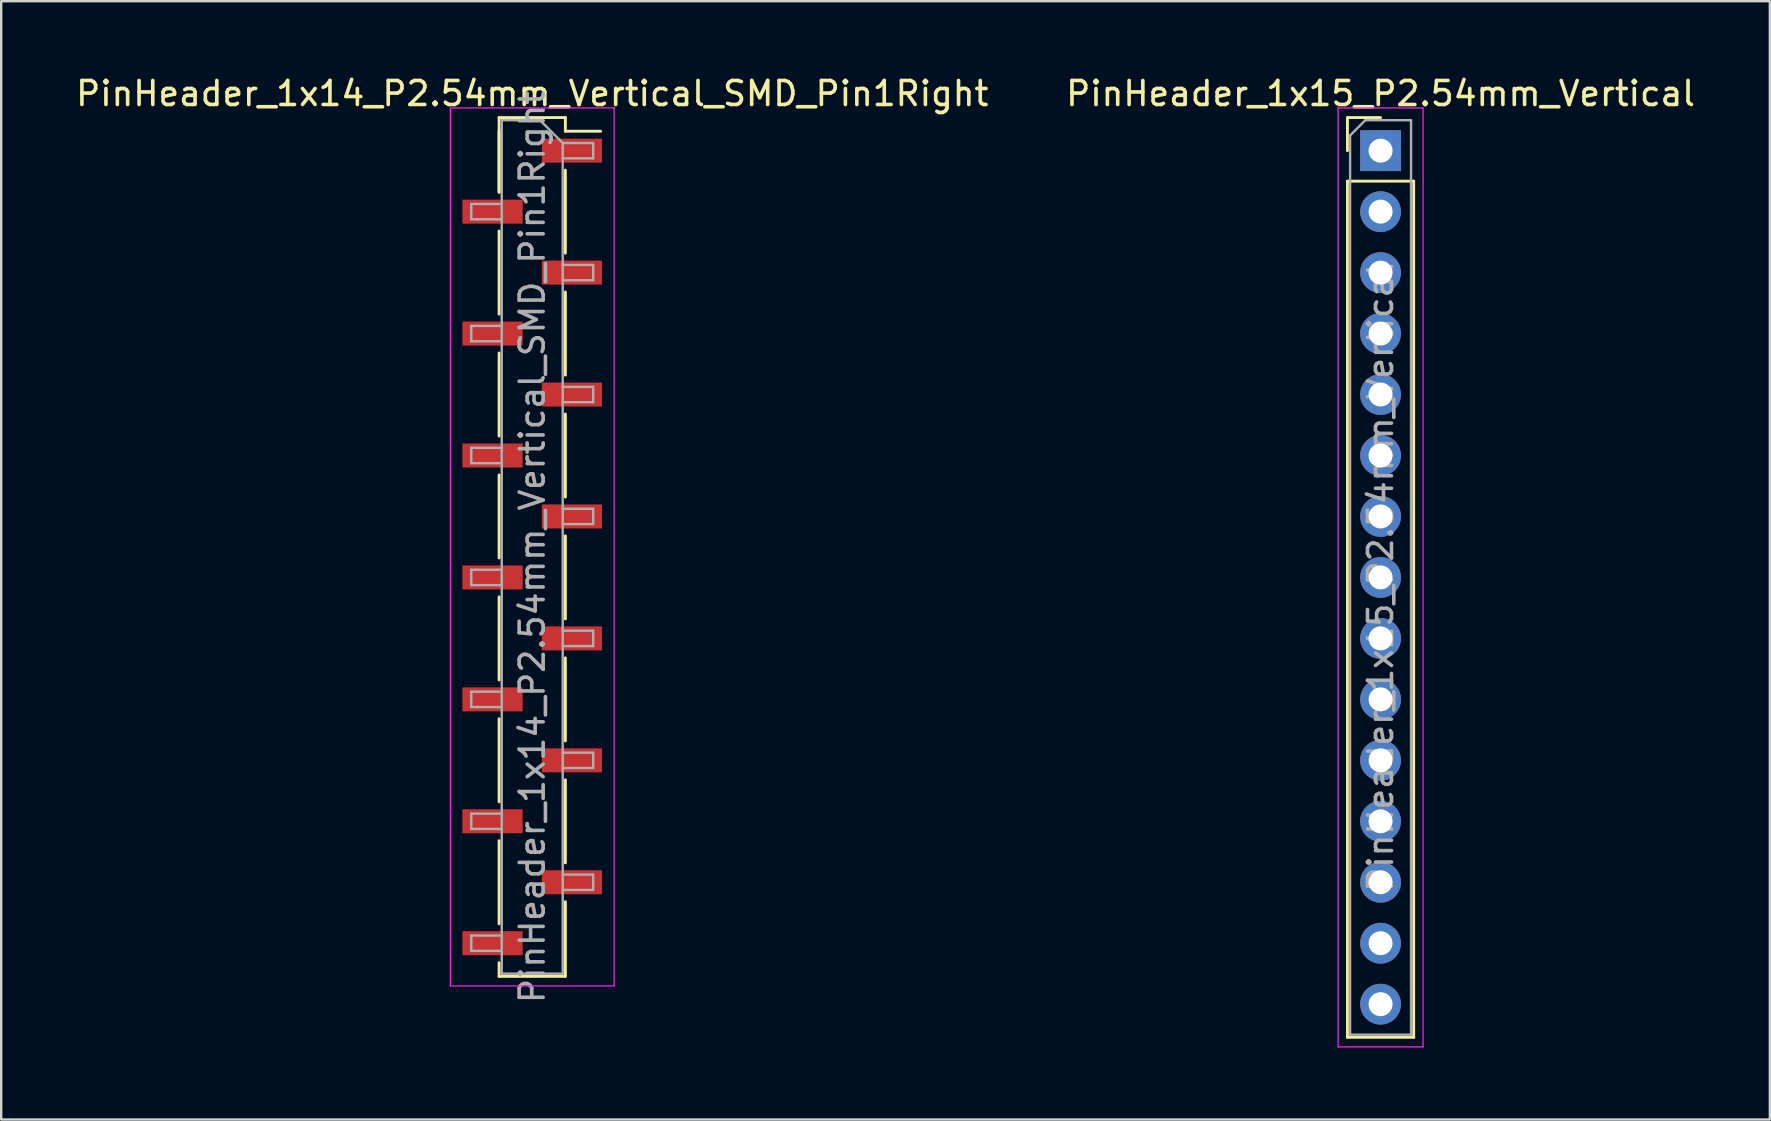
<source format=kicad_pcb>
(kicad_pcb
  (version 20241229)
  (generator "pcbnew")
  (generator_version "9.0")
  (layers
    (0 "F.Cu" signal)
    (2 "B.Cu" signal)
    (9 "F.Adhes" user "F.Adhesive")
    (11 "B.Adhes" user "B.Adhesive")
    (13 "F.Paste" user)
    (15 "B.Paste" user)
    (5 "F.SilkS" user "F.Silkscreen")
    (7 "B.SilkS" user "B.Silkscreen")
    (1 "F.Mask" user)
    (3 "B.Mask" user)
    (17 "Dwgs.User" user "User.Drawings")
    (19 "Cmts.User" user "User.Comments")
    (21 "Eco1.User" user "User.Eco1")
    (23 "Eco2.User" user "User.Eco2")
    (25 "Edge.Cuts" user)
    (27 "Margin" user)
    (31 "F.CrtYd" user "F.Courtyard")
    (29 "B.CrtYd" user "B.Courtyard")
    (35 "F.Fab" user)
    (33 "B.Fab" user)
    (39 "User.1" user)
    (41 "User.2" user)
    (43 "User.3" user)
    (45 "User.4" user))
  (footprint "PinHeader_1x14_P2.54mm_Vertical_SMD_Pin1Right"
    (layer "F.Cu")
    (at 19.125 19.738)
    (property "Reference" "PinHeader_1x14_P2.54mm_Vertical_SMD_Pin1Right" (at 0 -18.89 0) (layer "F.SilkS") (effects (font (size 1 1) (thickness 0.15))))
    (attr smd)
    (fp_line (start -1.38 -17.89) (end -1.38 -14.78) (stroke (width 0.12) (type solid)) (layer "F.SilkS"))
    (fp_line (start -1.38 -17.89) (end 1.38 -17.89) (stroke (width 0.12) (type solid)) (layer "F.SilkS"))
    (fp_line (start -1.38 -17.32) (end -1.38 -14.78) (stroke (width 0.12) (type solid)) (layer "F.SilkS"))
    (fp_line (start -1.38 -13.16) (end -1.38 -9.7) (stroke (width 0.12) (type solid)) (layer "F.SilkS"))
    (fp_line (start -1.38 -8.08) (end -1.38 -4.62) (stroke (width 0.12) (type solid)) (layer "F.SilkS"))
    (fp_line (start -1.38 -3) (end -1.38 0.46) (stroke (width 0.12) (type solid)) (layer "F.SilkS"))
    (fp_line (start -1.38 2.08) (end -1.38 5.54) (stroke (width 0.12) (type solid)) (layer "F.SilkS"))
    (fp_line (start -1.38 7.16) (end -1.38 10.62) (stroke (width 0.12) (type solid)) (layer "F.SilkS"))
    (fp_line (start -1.38 12.24) (end -1.38 15.7) (stroke (width 0.12) (type solid)) (layer "F.SilkS"))
    (fp_line (start -1.38 17.32) (end -1.38 17.89) (stroke (width 0.12) (type solid)) (layer "F.SilkS"))
    (fp_line (start -1.38 17.89) (end 1.38 17.89) (stroke (width 0.12) (type solid)) (layer "F.SilkS"))
    (fp_line (start 1.38 -17.89) (end 1.38 -17.32) (stroke (width 0.12) (type solid)) (layer "F.SilkS"))
    (fp_line (start 1.38 -17.32) (end 2.85 -17.32) (stroke (width 0.12) (type solid)) (layer "F.SilkS"))
    (fp_line (start 1.38 -15.7) (end 1.38 -12.24) (stroke (width 0.12) (type solid)) (layer "F.SilkS"))
    (fp_line (start 1.38 -10.62) (end 1.38 -7.16) (stroke (width 0.12) (type solid)) (layer "F.SilkS"))
    (fp_line (start 1.38 -5.54) (end 1.38 -2.08) (stroke (width 0.12) (type solid)) (layer "F.SilkS"))
    (fp_line (start 1.38 -0.46) (end 1.38 3) (stroke (width 0.12) (type solid)) (layer "F.SilkS"))
    (fp_line (start 1.38 4.62) (end 1.38 8.08) (stroke (width 0.12) (type solid)) (layer "F.SilkS"))
    (fp_line (start 1.38 9.7) (end 1.38 13.16) (stroke (width 0.12) (type solid)) (layer "F.SilkS"))
    (fp_line (start 1.38 14.78) (end 1.38 17.89) (stroke (width 0.12) (type solid)) (layer "F.SilkS"))
    (fp_line (start -3.41 -18.29) (end -3.41 18.29) (stroke (width 0.05) (type solid)) (layer "F.CrtYd"))
    (fp_line (start -3.41 18.29) (end 3.41 18.29) (stroke (width 0.05) (type solid)) (layer "F.CrtYd"))
    (fp_line (start 3.41 -18.29) (end -3.41 -18.29) (stroke (width 0.05) (type solid)) (layer "F.CrtYd"))
    (fp_line (start 3.41 18.29) (end 3.41 -18.29) (stroke (width 0.05) (type solid)) (layer "F.CrtYd"))
    (fp_line (start -2.54 -14.29) (end -2.54 -13.65) (stroke (width 0.1) (type solid)) (layer "F.Fab"))
    (fp_line (start -2.54 -13.65) (end -1.27 -13.65) (stroke (width 0.1) (type solid)) (layer "F.Fab"))
    (fp_line (start -2.54 -9.21) (end -2.54 -8.57) (stroke (width 0.1) (type solid)) (layer "F.Fab"))
    (fp_line (start -2.54 -8.57) (end -1.27 -8.57) (stroke (width 0.1) (type solid)) (layer "F.Fab"))
    (fp_line (start -2.54 -4.13) (end -2.54 -3.49) (stroke (width 0.1) (type solid)) (layer "F.Fab"))
    (fp_line (start -2.54 -3.49) (end -1.27 -3.49) (stroke (width 0.1) (type solid)) (layer "F.Fab"))
    (fp_line (start -2.54 0.95) (end -2.54 1.59) (stroke (width 0.1) (type solid)) (layer "F.Fab"))
    (fp_line (start -2.54 1.59) (end -1.27 1.59) (stroke (width 0.1) (type solid)) (layer "F.Fab"))
    (fp_line (start -2.54 6.03) (end -2.54 6.67) (stroke (width 0.1) (type solid)) (layer "F.Fab"))
    (fp_line (start -2.54 6.67) (end -1.27 6.67) (stroke (width 0.1) (type solid)) (layer "F.Fab"))
    (fp_line (start -2.54 11.11) (end -2.54 11.75) (stroke (width 0.1) (type solid)) (layer "F.Fab"))
    (fp_line (start -2.54 11.75) (end -1.27 11.75) (stroke (width 0.1) (type solid)) (layer "F.Fab"))
    (fp_line (start -2.54 16.19) (end -2.54 16.83) (stroke (width 0.1) (type solid)) (layer "F.Fab"))
    (fp_line (start -2.54 16.83) (end -1.27 16.83) (stroke (width 0.1) (type solid)) (layer "F.Fab"))
    (fp_line (start -1.27 -17.78) (end -1.27 17.78) (stroke (width 0.1) (type solid)) (layer "F.Fab"))
    (fp_line (start -1.27 -17.78) (end 0.32 -17.78) (stroke (width 0.1) (type solid)) (layer "F.Fab"))
    (fp_line (start -1.27 -14.29) (end -2.54 -14.29) (stroke (width 0.1) (type solid)) (layer "F.Fab"))
    (fp_line (start -1.27 -9.21) (end -2.54 -9.21) (stroke (width 0.1) (type solid)) (layer "F.Fab"))
    (fp_line (start -1.27 -4.13) (end -2.54 -4.13) (stroke (width 0.1) (type solid)) (layer "F.Fab"))
    (fp_line (start -1.27 0.95) (end -2.54 0.95) (stroke (width 0.1) (type solid)) (layer "F.Fab"))
    (fp_line (start -1.27 6.03) (end -2.54 6.03) (stroke (width 0.1) (type solid)) (layer "F.Fab"))
    (fp_line (start -1.27 11.11) (end -2.54 11.11) (stroke (width 0.1) (type solid)) (layer "F.Fab"))
    (fp_line (start -1.27 16.19) (end -2.54 16.19) (stroke (width 0.1) (type solid)) (layer "F.Fab"))
    (fp_line (start 1.27 -16.83) (end 0.32 -17.78) (stroke (width 0.1) (type solid)) (layer "F.Fab"))
    (fp_line (start 1.27 -16.83) (end 2.54 -16.83) (stroke (width 0.1) (type solid)) (layer "F.Fab"))
    (fp_line (start 1.27 -11.75) (end 2.54 -11.75) (stroke (width 0.1) (type solid)) (layer "F.Fab"))
    (fp_line (start 1.27 -6.67) (end 2.54 -6.67) (stroke (width 0.1) (type solid)) (layer "F.Fab"))
    (fp_line (start 1.27 -1.59) (end 2.54 -1.59) (stroke (width 0.1) (type solid)) (layer "F.Fab"))
    (fp_line (start 1.27 3.49) (end 2.54 3.49) (stroke (width 0.1) (type solid)) (layer "F.Fab"))
    (fp_line (start 1.27 8.57) (end 2.54 8.57) (stroke (width 0.1) (type solid)) (layer "F.Fab"))
    (fp_line (start 1.27 13.65) (end 2.54 13.65) (stroke (width 0.1) (type solid)) (layer "F.Fab"))
    (fp_line (start 1.27 17.78) (end -1.27 17.78) (stroke (width 0.1) (type solid)) (layer "F.Fab"))
    (fp_line (start 1.27 17.78) (end 1.27 -16.83) (stroke (width 0.1) (type solid)) (layer "F.Fab"))
    (fp_line (start 2.54 -16.83) (end 2.54 -16.19) (stroke (width 0.1) (type solid)) (layer "F.Fab"))
    (fp_line (start 2.54 -16.19) (end 1.27 -16.19) (stroke (width 0.1) (type solid)) (layer "F.Fab"))
    (fp_line (start 2.54 -11.75) (end 2.54 -11.11) (stroke (width 0.1) (type solid)) (layer "F.Fab"))
    (fp_line (start 2.54 -11.11) (end 1.27 -11.11) (stroke (width 0.1) (type solid)) (layer "F.Fab"))
    (fp_line (start 2.54 -6.67) (end 2.54 -6.03) (stroke (width 0.1) (type solid)) (layer "F.Fab"))
    (fp_line (start 2.54 -6.03) (end 1.27 -6.03) (stroke (width 0.1) (type solid)) (layer "F.Fab"))
    (fp_line (start 2.54 -1.59) (end 2.54 -0.95) (stroke (width 0.1) (type solid)) (layer "F.Fab"))
    (fp_line (start 2.54 -0.95) (end 1.27 -0.95) (stroke (width 0.1) (type solid)) (layer "F.Fab"))
    (fp_line (start 2.54 3.49) (end 2.54 4.13) (stroke (width 0.1) (type solid)) (layer "F.Fab"))
    (fp_line (start 2.54 4.13) (end 1.27 4.13) (stroke (width 0.1) (type solid)) (layer "F.Fab"))
    (fp_line (start 2.54 8.57) (end 2.54 9.21) (stroke (width 0.1) (type solid)) (layer "F.Fab"))
    (fp_line (start 2.54 9.21) (end 1.27 9.21) (stroke (width 0.1) (type solid)) (layer "F.Fab"))
    (fp_line (start 2.54 13.65) (end 2.54 14.29) (stroke (width 0.1) (type solid)) (layer "F.Fab"))
    (fp_line (start 2.54 14.29) (end 1.27 14.29) (stroke (width 0.1) (type solid)) (layer "F.Fab"))
    (fp_text user "${REFERENCE}" (at 0 0 90) (layer "F.Fab") (effects (font (size 1 1) (thickness 0.15))))
    (pad "1" smd rect (at 1.655 -16.51) (size 2.51 1) (layers "F.Cu" "F.Mask" "F.Paste"))
    (pad "2" smd rect (at -1.655 -13.97) (size 2.51 1) (layers "F.Cu" "F.Mask" "F.Paste"))
    (pad "3" smd rect (at 1.655 -11.43) (size 2.51 1) (layers "F.Cu" "F.Mask" "F.Paste"))
    (pad "4" smd rect (at -1.655 -8.89) (size 2.51 1) (layers "F.Cu" "F.Mask" "F.Paste"))
    (pad "5" smd rect (at 1.655 -6.35) (size 2.51 1) (layers "F.Cu" "F.Mask" "F.Paste"))
    (pad "6" smd rect (at -1.655 -3.81) (size 2.51 1) (layers "F.Cu" "F.Mask" "F.Paste"))
    (pad "7" smd rect (at 1.655 -1.27) (size 2.51 1) (layers "F.Cu" "F.Mask" "F.Paste"))
    (pad "8" smd rect (at -1.655 1.27) (size 2.51 1) (layers "F.Cu" "F.Mask" "F.Paste"))
    (pad "9" smd rect (at 1.655 3.81) (size 2.51 1) (layers "F.Cu" "F.Mask" "F.Paste"))
    (pad "10" smd rect (at -1.655 6.35) (size 2.51 1) (layers "F.Cu" "F.Mask" "F.Paste"))
    (pad "11" smd rect (at 1.655 8.89) (size 2.51 1) (layers "F.Cu" "F.Mask" "F.Paste"))
    (pad "12" smd rect (at -1.655 11.43) (size 2.51 1) (layers "F.Cu" "F.Mask" "F.Paste"))
    (pad "13" smd rect (at 1.655 13.97) (size 2.51 1) (layers "F.Cu" "F.Mask" "F.Paste"))
    (pad "14" smd rect (at -1.655 16.51) (size 2.51 1) (layers "F.Cu" "F.Mask" "F.Paste")))
  (footprint "PinHeader_1x15_P2.54mm_Vertical"
    (layer "F.Cu")
    (at 54.47 3.228)
    (property "Reference" "PinHeader_1x15_P2.54mm_Vertical" (at 0 -2.38 0) (layer "F.SilkS") (effects (font (size 1 1) (thickness 0.15))))
    (attr through_hole)
    (fp_line (start -1.38 -1.38) (end 0 -1.38) (stroke (width 0.12) (type solid)) (layer "F.SilkS"))
    (fp_line (start -1.38 0) (end -1.38 -1.38) (stroke (width 0.12) (type solid)) (layer "F.SilkS"))
    (fp_line (start -1.38 1.27) (end -1.38 36.94) (stroke (width 0.12) (type solid)) (layer "F.SilkS"))
    (fp_line (start -1.38 1.27) (end 1.38 1.27) (stroke (width 0.12) (type solid)) (layer "F.SilkS"))
    (fp_line (start -1.38 36.94) (end 1.38 36.94) (stroke (width 0.12) (type solid)) (layer "F.SilkS"))
    (fp_line (start 1.38 1.27) (end 1.38 36.94) (stroke (width 0.12) (type solid)) (layer "F.SilkS"))
    (fp_line (start -1.77 -1.78) (end -1.77 37.34) (stroke (width 0.05) (type solid)) (layer "F.CrtYd"))
    (fp_line (start -1.77 37.34) (end 1.77 37.34) (stroke (width 0.05) (type solid)) (layer "F.CrtYd"))
    (fp_line (start 1.77 -1.78) (end -1.77 -1.78) (stroke (width 0.05) (type solid)) (layer "F.CrtYd"))
    (fp_line (start 1.77 37.34) (end 1.77 -1.78) (stroke (width 0.05) (type solid)) (layer "F.CrtYd"))
    (fp_line (start -1.27 -0.635) (end -0.635 -1.27) (stroke (width 0.1) (type solid)) (layer "F.Fab"))
    (fp_line (start -1.27 36.83) (end -1.27 -0.635) (stroke (width 0.1) (type solid)) (layer "F.Fab"))
    (fp_line (start -0.635 -1.27) (end 1.27 -1.27) (stroke (width 0.1) (type solid)) (layer "F.Fab"))
    (fp_line (start 1.27 -1.27) (end 1.27 36.83) (stroke (width 0.1) (type solid)) (layer "F.Fab"))
    (fp_line (start 1.27 36.83) (end -1.27 36.83) (stroke (width 0.1) (type solid)) (layer "F.Fab"))
    (fp_text user "${REFERENCE}" (at 0 17.78 90) (layer "F.Fab") (effects (font (size 1 1) (thickness 0.15))))
    (pad "1" thru_hole rect (at 0 0) (size 1.7 1.7) (drill 1) (layers "*.Cu" "*.Mask"))
    (pad "2" thru_hole circle (at 0 2.54) (size 1.7 1.7) (drill 1) (layers "*.Cu" "*.Mask"))
    (pad "3" thru_hole circle (at 0 5.08) (size 1.7 1.7) (drill 1) (layers "*.Cu" "*.Mask"))
    (pad "4" thru_hole circle (at 0 7.62) (size 1.7 1.7) (drill 1) (layers "*.Cu" "*.Mask"))
    (pad "5" thru_hole circle (at 0 10.16) (size 1.7 1.7) (drill 1) (layers "*.Cu" "*.Mask"))
    (pad "6" thru_hole circle (at 0 12.7) (size 1.7 1.7) (drill 1) (layers "*.Cu" "*.Mask"))
    (pad "7" thru_hole circle (at 0 15.24) (size 1.7 1.7) (drill 1) (layers "*.Cu" "*.Mask"))
    (pad "8" thru_hole circle (at 0 17.78) (size 1.7 1.7) (drill 1) (layers "*.Cu" "*.Mask"))
    (pad "9" thru_hole circle (at 0 20.32) (size 1.7 1.7) (drill 1) (layers "*.Cu" "*.Mask"))
    (pad "10" thru_hole circle (at 0 22.86) (size 1.7 1.7) (drill 1) (layers "*.Cu" "*.Mask"))
    (pad "11" thru_hole circle (at 0 25.4) (size 1.7 1.7) (drill 1) (layers "*.Cu" "*.Mask"))
    (pad "12" thru_hole circle (at 0 27.94) (size 1.7 1.7) (drill 1) (layers "*.Cu" "*.Mask"))
    (pad "13" thru_hole circle (at 0 30.48) (size 1.7 1.7) (drill 1) (layers "*.Cu" "*.Mask"))
    (pad "14" thru_hole circle (at 0 33.02) (size 1.7 1.7) (drill 1) (layers "*.Cu" "*.Mask"))
    (pad "15" thru_hole circle (at 0 35.56) (size 1.7 1.7) (drill 1) (layers "*.Cu" "*.Mask")))
  (gr_rect
    (start -3 -3)
    (end 70.69 43.593)
    (stroke (width 0.1) (type default))
    (fill no)
    (layer "Edge.Cuts")))
</source>
